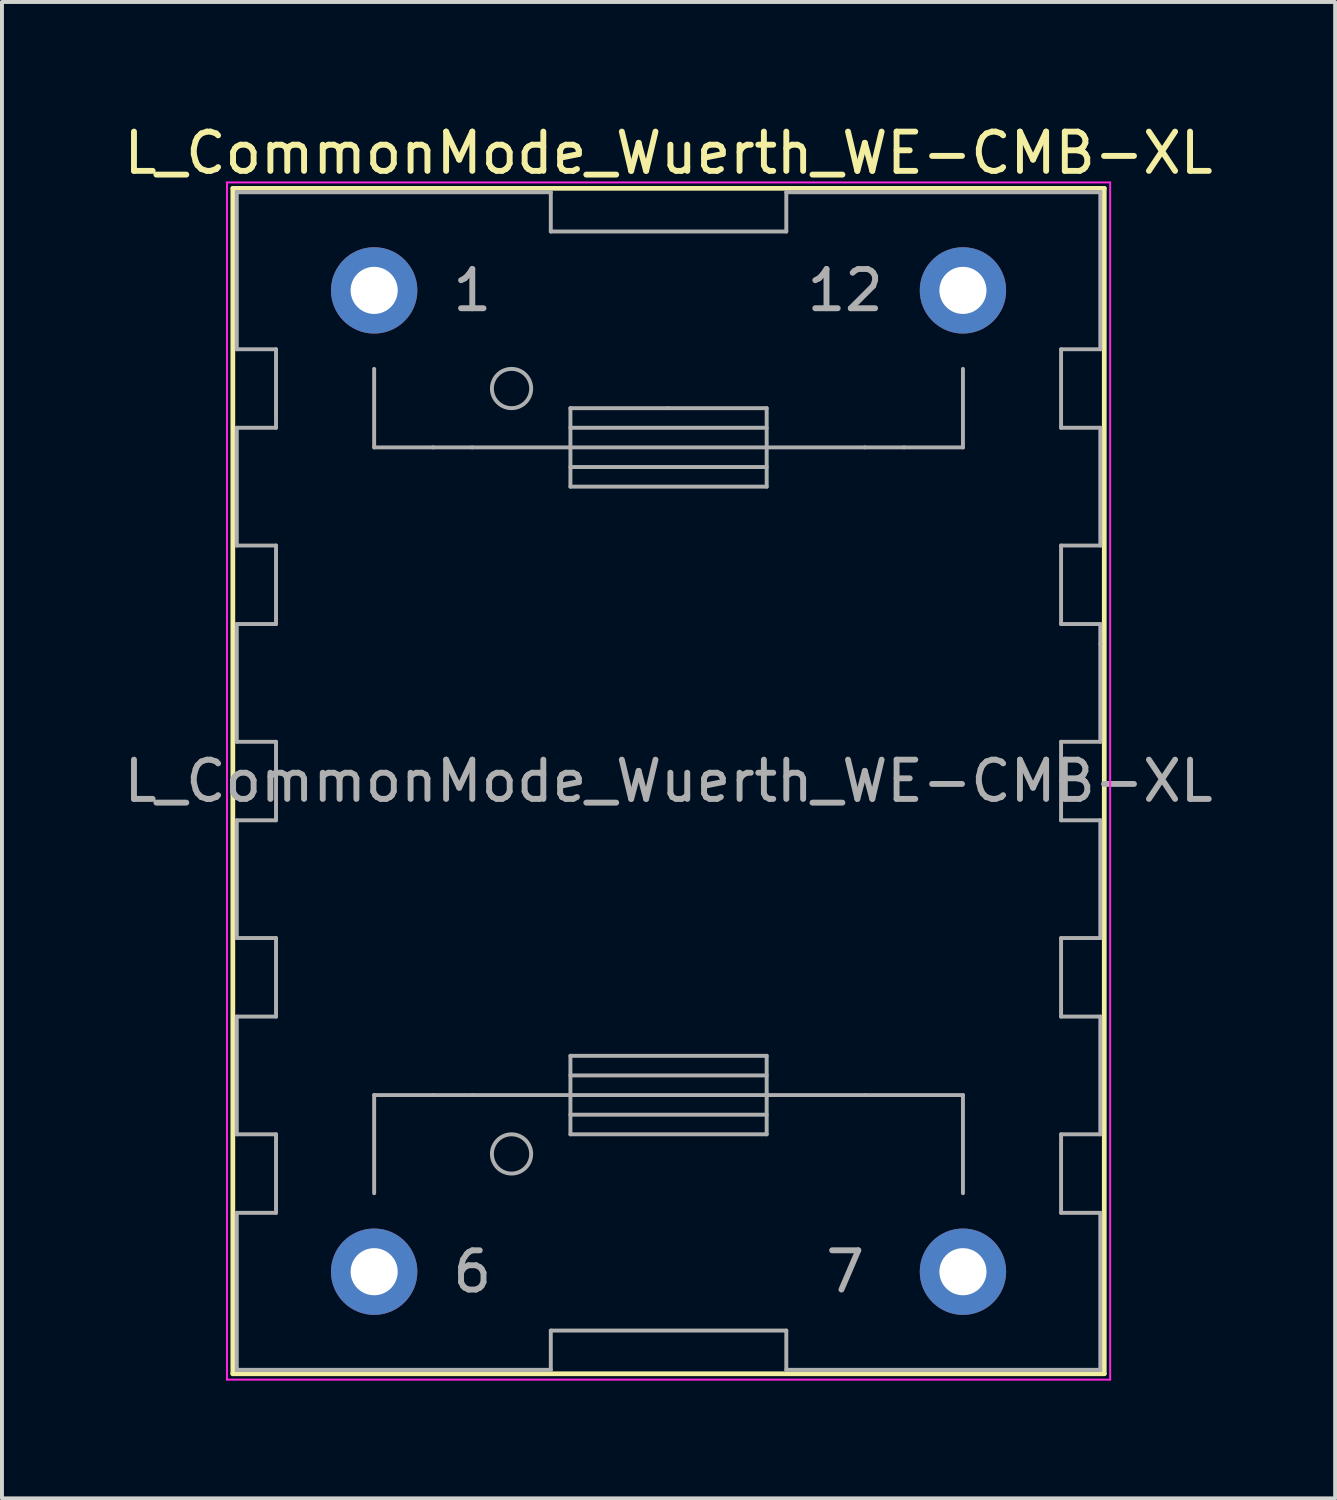
<source format=kicad_pcb>
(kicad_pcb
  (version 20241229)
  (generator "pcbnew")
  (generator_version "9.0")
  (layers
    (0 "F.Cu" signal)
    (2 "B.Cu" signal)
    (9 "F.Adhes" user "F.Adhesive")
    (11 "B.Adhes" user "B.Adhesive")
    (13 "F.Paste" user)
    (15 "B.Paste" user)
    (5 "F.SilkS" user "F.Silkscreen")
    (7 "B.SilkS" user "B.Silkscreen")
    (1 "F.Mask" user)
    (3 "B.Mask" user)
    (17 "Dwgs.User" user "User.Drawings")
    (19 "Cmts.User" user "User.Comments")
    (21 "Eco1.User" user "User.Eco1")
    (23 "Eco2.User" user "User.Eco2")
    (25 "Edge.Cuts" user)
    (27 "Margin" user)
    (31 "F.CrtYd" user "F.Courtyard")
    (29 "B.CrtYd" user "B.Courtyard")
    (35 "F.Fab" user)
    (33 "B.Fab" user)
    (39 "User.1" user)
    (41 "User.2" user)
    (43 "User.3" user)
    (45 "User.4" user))
  (footprint "L_CommonMode_Wuerth_WE-CMB-XL"
    (layer "F.Cu")
    (at 6.482 4.348)
    (property "Reference" "L_CommonMode_Wuerth_WE-CMB-XL" (at 7.5 -3.5 0) (layer "F.SilkS") (effects (font (size 1 1) (thickness 0.15))))
    (attr through_hole)
    (fp_line (start -3.6 -2.6) (end -3.6 27.6) (stroke (width 0.12) (type solid)) (layer "F.SilkS"))
    (fp_line (start -3.6 27.6) (end 18.6 27.6) (stroke (width 0.12) (type solid)) (layer "F.SilkS"))
    (fp_line (start 18.6 -2.6) (end -3.6 -2.6) (stroke (width 0.12) (type solid)) (layer "F.SilkS"))
    (fp_line (start 18.6 27.6) (end 18.6 -2.6) (stroke (width 0.12) (type solid)) (layer "F.SilkS"))
    (fp_line (start -3.75 -2.75) (end 18.75 -2.75) (stroke (width 0.05) (type solid)) (layer "F.CrtYd"))
    (fp_line (start -3.75 27.75) (end -3.75 -2.75) (stroke (width 0.05) (type solid)) (layer "F.CrtYd"))
    (fp_line (start 18.75 -2.75) (end 18.75 27.75) (stroke (width 0.05) (type solid)) (layer "F.CrtYd"))
    (fp_line (start 18.75 27.75) (end -3.75 27.75) (stroke (width 0.05) (type solid)) (layer "F.CrtYd"))
    (fp_line (start -3.5 -2.5) (end -3.5 1.5) (stroke (width 0.1) (type solid)) (layer "F.Fab"))
    (fp_line (start -3.5 1.5) (end -2.5 1.5) (stroke (width 0.1) (type solid)) (layer "F.Fab"))
    (fp_line (start -3.5 3.5) (end -3.5 6.5) (stroke (width 0.1) (type solid)) (layer "F.Fab"))
    (fp_line (start -3.5 6.5) (end -2.5 6.5) (stroke (width 0.1) (type solid)) (layer "F.Fab"))
    (fp_line (start -3.5 8.5) (end -3.5 11.5) (stroke (width 0.1) (type solid)) (layer "F.Fab"))
    (fp_line (start -3.5 11.5) (end -2.5 11.5) (stroke (width 0.1) (type solid)) (layer "F.Fab"))
    (fp_line (start -3.5 13.5) (end -3.5 16.5) (stroke (width 0.1) (type solid)) (layer "F.Fab"))
    (fp_line (start -3.5 16.5) (end -2.5 16.5) (stroke (width 0.1) (type solid)) (layer "F.Fab"))
    (fp_line (start -3.5 18.5) (end -3.5 21.5) (stroke (width 0.1) (type solid)) (layer "F.Fab"))
    (fp_line (start -3.5 21.5) (end -2.5 21.5) (stroke (width 0.1) (type solid)) (layer "F.Fab"))
    (fp_line (start -3.5 23.5) (end -3.5 27.5) (stroke (width 0.1) (type solid)) (layer "F.Fab"))
    (fp_line (start -2.5 1.5) (end -2.5 3) (stroke (width 0.1) (type solid)) (layer "F.Fab"))
    (fp_line (start -2.5 3) (end -2.5 3.5) (stroke (width 0.1) (type solid)) (layer "F.Fab"))
    (fp_line (start -2.5 3.5) (end -3.5 3.5) (stroke (width 0.1) (type solid)) (layer "F.Fab"))
    (fp_line (start -2.5 6.5) (end -2.5 8.5) (stroke (width 0.1) (type solid)) (layer "F.Fab"))
    (fp_line (start -2.5 8.5) (end -3.5 8.5) (stroke (width 0.1) (type solid)) (layer "F.Fab"))
    (fp_line (start -2.5 11.5) (end -2.5 13.5) (stroke (width 0.1) (type solid)) (layer "F.Fab"))
    (fp_line (start -2.5 13.5) (end -3.5 13.5) (stroke (width 0.1) (type solid)) (layer "F.Fab"))
    (fp_line (start -2.5 16.5) (end -2.5 18.5) (stroke (width 0.1) (type solid)) (layer "F.Fab"))
    (fp_line (start -2.5 18.5) (end -3.5 18.5) (stroke (width 0.1) (type solid)) (layer "F.Fab"))
    (fp_line (start -2.5 21.5) (end -2.5 23.5) (stroke (width 0.1) (type solid)) (layer "F.Fab"))
    (fp_line (start -2.5 23.5) (end -3.5 23.5) (stroke (width 0.1) (type solid)) (layer "F.Fab"))
    (fp_line (start 0 4) (end 0 2) (stroke (width 0.1) (type solid)) (layer "F.Fab"))
    (fp_line (start 0 20.5) (end 0 23) (stroke (width 0.1) (type solid)) (layer "F.Fab"))
    (fp_line (start 1.5 4) (end 0 4) (stroke (width 0.1) (type solid)) (layer "F.Fab"))
    (fp_line (start 1.5 20.5) (end 0 20.5) (stroke (width 0.1) (type solid)) (layer "F.Fab"))
    (fp_line (start 2.5 4) (end 1.5 4) (stroke (width 0.1) (type solid)) (layer "F.Fab"))
    (fp_line (start 2.5 20.5) (end 1.5 20.5) (stroke (width 0.1) (type solid)) (layer "F.Fab"))
    (fp_line (start 2.5 20.5) (end 5 20.5) (stroke (width 0.1) (type solid)) (layer "F.Fab"))
    (fp_line (start 4.5 -2.5) (end -3.5 -2.5) (stroke (width 0.1) (type solid)) (layer "F.Fab"))
    (fp_line (start 4.5 -1.5) (end 4.5 -2.5) (stroke (width 0.1) (type solid)) (layer "F.Fab"))
    (fp_line (start 4.5 26.5) (end 4.5 27.5) (stroke (width 0.1) (type solid)) (layer "F.Fab"))
    (fp_line (start 4.5 27.5) (end -3.5 27.5) (stroke (width 0.1) (type solid)) (layer "F.Fab"))
    (fp_line (start 5 3) (end 7.5 3) (stroke (width 0.1) (type solid)) (layer "F.Fab"))
    (fp_line (start 5 4) (end 2.5 4) (stroke (width 0.1) (type solid)) (layer "F.Fab"))
    (fp_line (start 5 4) (end 10 4) (stroke (width 0.1) (type solid)) (layer "F.Fab"))
    (fp_line (start 5 4.5) (end 10 4.5) (stroke (width 0.1) (type solid)) (layer "F.Fab"))
    (fp_line (start 5 5) (end 5 3) (stroke (width 0.1) (type solid)) (layer "F.Fab"))
    (fp_line (start 5 19.5) (end 10 19.5) (stroke (width 0.1) (type solid)) (layer "F.Fab"))
    (fp_line (start 5 21) (end 10 21) (stroke (width 0.1) (type solid)) (layer "F.Fab"))
    (fp_line (start 5 21.5) (end 5 19.5) (stroke (width 0.1) (type solid)) (layer "F.Fab"))
    (fp_line (start 7.5 3) (end 10 3) (stroke (width 0.1) (type solid)) (layer "F.Fab"))
    (fp_line (start 10 3) (end 10 5) (stroke (width 0.1) (type solid)) (layer "F.Fab"))
    (fp_line (start 10 3.5) (end 5 3.5) (stroke (width 0.1) (type solid)) (layer "F.Fab"))
    (fp_line (start 10 4) (end 12.5 4) (stroke (width 0.1) (type solid)) (layer "F.Fab"))
    (fp_line (start 10 5) (end 5 5) (stroke (width 0.1) (type solid)) (layer "F.Fab"))
    (fp_line (start 10 19.5) (end 10 21.5) (stroke (width 0.1) (type solid)) (layer "F.Fab"))
    (fp_line (start 10 20) (end 5 20) (stroke (width 0.1) (type solid)) (layer "F.Fab"))
    (fp_line (start 10 20.5) (end 5 20.5) (stroke (width 0.1) (type solid)) (layer "F.Fab"))
    (fp_line (start 10 21.5) (end 5 21.5) (stroke (width 0.1) (type solid)) (layer "F.Fab"))
    (fp_line (start 10.5 -2.5) (end 10.5 -1.5) (stroke (width 0.1) (type solid)) (layer "F.Fab"))
    (fp_line (start 10.5 -1.5) (end 4.5 -1.5) (stroke (width 0.1) (type solid)) (layer "F.Fab"))
    (fp_line (start 10.5 26.5) (end 4.5 26.5) (stroke (width 0.1) (type solid)) (layer "F.Fab"))
    (fp_line (start 10.5 27.5) (end 10.5 26.5) (stroke (width 0.1) (type solid)) (layer "F.Fab"))
    (fp_line (start 12.5 4) (end 13.5 4) (stroke (width 0.1) (type solid)) (layer "F.Fab"))
    (fp_line (start 12.5 20.5) (end 10 20.5) (stroke (width 0.1) (type solid)) (layer "F.Fab"))
    (fp_line (start 12.5 20.5) (end 15 20.5) (stroke (width 0.1) (type solid)) (layer "F.Fab"))
    (fp_line (start 13.5 4) (end 15 4) (stroke (width 0.1) (type solid)) (layer "F.Fab"))
    (fp_line (start 15 4) (end 15 2) (stroke (width 0.1) (type solid)) (layer "F.Fab"))
    (fp_line (start 15 20.5) (end 15 23) (stroke (width 0.1) (type solid)) (layer "F.Fab"))
    (fp_line (start 17.5 1.5) (end 18.5 1.5) (stroke (width 0.1) (type solid)) (layer "F.Fab"))
    (fp_line (start 17.5 3.5) (end 17.5 1.5) (stroke (width 0.1) (type solid)) (layer "F.Fab"))
    (fp_line (start 17.5 6.5) (end 18.5 6.5) (stroke (width 0.1) (type solid)) (layer "F.Fab"))
    (fp_line (start 17.5 8.5) (end 17.5 6.5) (stroke (width 0.1) (type solid)) (layer "F.Fab"))
    (fp_line (start 17.5 11.5) (end 18.5 11.5) (stroke (width 0.1) (type solid)) (layer "F.Fab"))
    (fp_line (start 17.5 12.5) (end 17.5 11.5) (stroke (width 0.1) (type solid)) (layer "F.Fab"))
    (fp_line (start 17.5 12.5) (end 17.5 13.5) (stroke (width 0.1) (type solid)) (layer "F.Fab"))
    (fp_line (start 17.5 13.5) (end 18.5 13.5) (stroke (width 0.1) (type solid)) (layer "F.Fab"))
    (fp_line (start 17.5 16.5) (end 17.5 18.5) (stroke (width 0.1) (type solid)) (layer "F.Fab"))
    (fp_line (start 17.5 18.5) (end 18.5 18.5) (stroke (width 0.1) (type solid)) (layer "F.Fab"))
    (fp_line (start 17.5 21.5) (end 17.5 23.5) (stroke (width 0.1) (type solid)) (layer "F.Fab"))
    (fp_line (start 17.5 23.5) (end 18.5 23.5) (stroke (width 0.1) (type solid)) (layer "F.Fab"))
    (fp_line (start 18.5 -2.5) (end 10.5 -2.5) (stroke (width 0.1) (type solid)) (layer "F.Fab"))
    (fp_line (start 18.5 1.5) (end 18.5 -2.5) (stroke (width 0.1) (type solid)) (layer "F.Fab"))
    (fp_line (start 18.5 3.5) (end 17.5 3.5) (stroke (width 0.1) (type solid)) (layer "F.Fab"))
    (fp_line (start 18.5 6.5) (end 18.5 3.5) (stroke (width 0.1) (type solid)) (layer "F.Fab"))
    (fp_line (start 18.5 8.5) (end 17.5 8.5) (stroke (width 0.1) (type solid)) (layer "F.Fab"))
    (fp_line (start 18.5 9) (end 18.5 8.5) (stroke (width 0.1) (type solid)) (layer "F.Fab"))
    (fp_line (start 18.5 11.5) (end 18.5 9) (stroke (width 0.1) (type solid)) (layer "F.Fab"))
    (fp_line (start 18.5 13.5) (end 18.5 16.5) (stroke (width 0.1) (type solid)) (layer "F.Fab"))
    (fp_line (start 18.5 16.5) (end 17.5 16.5) (stroke (width 0.1) (type solid)) (layer "F.Fab"))
    (fp_line (start 18.5 18.5) (end 18.5 21.5) (stroke (width 0.1) (type solid)) (layer "F.Fab"))
    (fp_line (start 18.5 21.5) (end 17.5 21.5) (stroke (width 0.1) (type solid)) (layer "F.Fab"))
    (fp_line (start 18.5 23.5) (end 18.5 27.5) (stroke (width 0.1) (type solid)) (layer "F.Fab"))
    (fp_line (start 18.5 27.5) (end 10.5 27.5) (stroke (width 0.1) (type solid)) (layer "F.Fab"))
    (fp_circle (center 3.5 2.5) (end 4 2.5) (stroke (width 0.1) (type solid)) (fill no) (layer "F.Fab"))
    (fp_circle (center 3.5 22) (end 4 22) (stroke (width 0.1) (type solid)) (fill no) (layer "F.Fab"))
    (fp_text user "6" (at 2.5 25 0) (layer "F.Fab") (effects (font (size 1 1) (thickness 0.15))))
    (fp_text user "12" (at 12 0 0) (layer "F.Fab") (effects (font (size 1 1) (thickness 0.15))))
    (fp_text user "7" (at 12 25 0) (layer "F.Fab") (effects (font (size 1 1) (thickness 0.15))))
    (fp_text user "1" (at 2.5 0 0) (layer "F.Fab") (effects (font (size 1 1) (thickness 0.15))))
    (fp_text user "${REFERENCE}" (at 7.5 12.5 0) (layer "F.Fab") (effects (font (size 1 1) (thickness 0.15))))
    (pad "1" thru_hole circle (at 0 0) (size 2.2 2.2) (drill 1.2) (layers "*.Cu" "*.Mask"))
    (pad "6" thru_hole circle (at 0 25) (size 2.2 2.2) (drill 1.2) (layers "*.Cu" "*.Mask"))
    (pad "7" thru_hole circle (at 15 25) (size 2.2 2.2) (drill 1.2) (layers "*.Cu" "*.Mask"))
    (pad "12" thru_hole circle (at 15 0) (size 2.2 2.2) (drill 1.2) (layers "*.Cu" "*.Mask")))
  (gr_rect
    (start -3 -3)
    (end 30.964 35.123)
    (stroke (width 0.1) (type default))
    (fill no)
    (layer "Edge.Cuts")))
</source>
